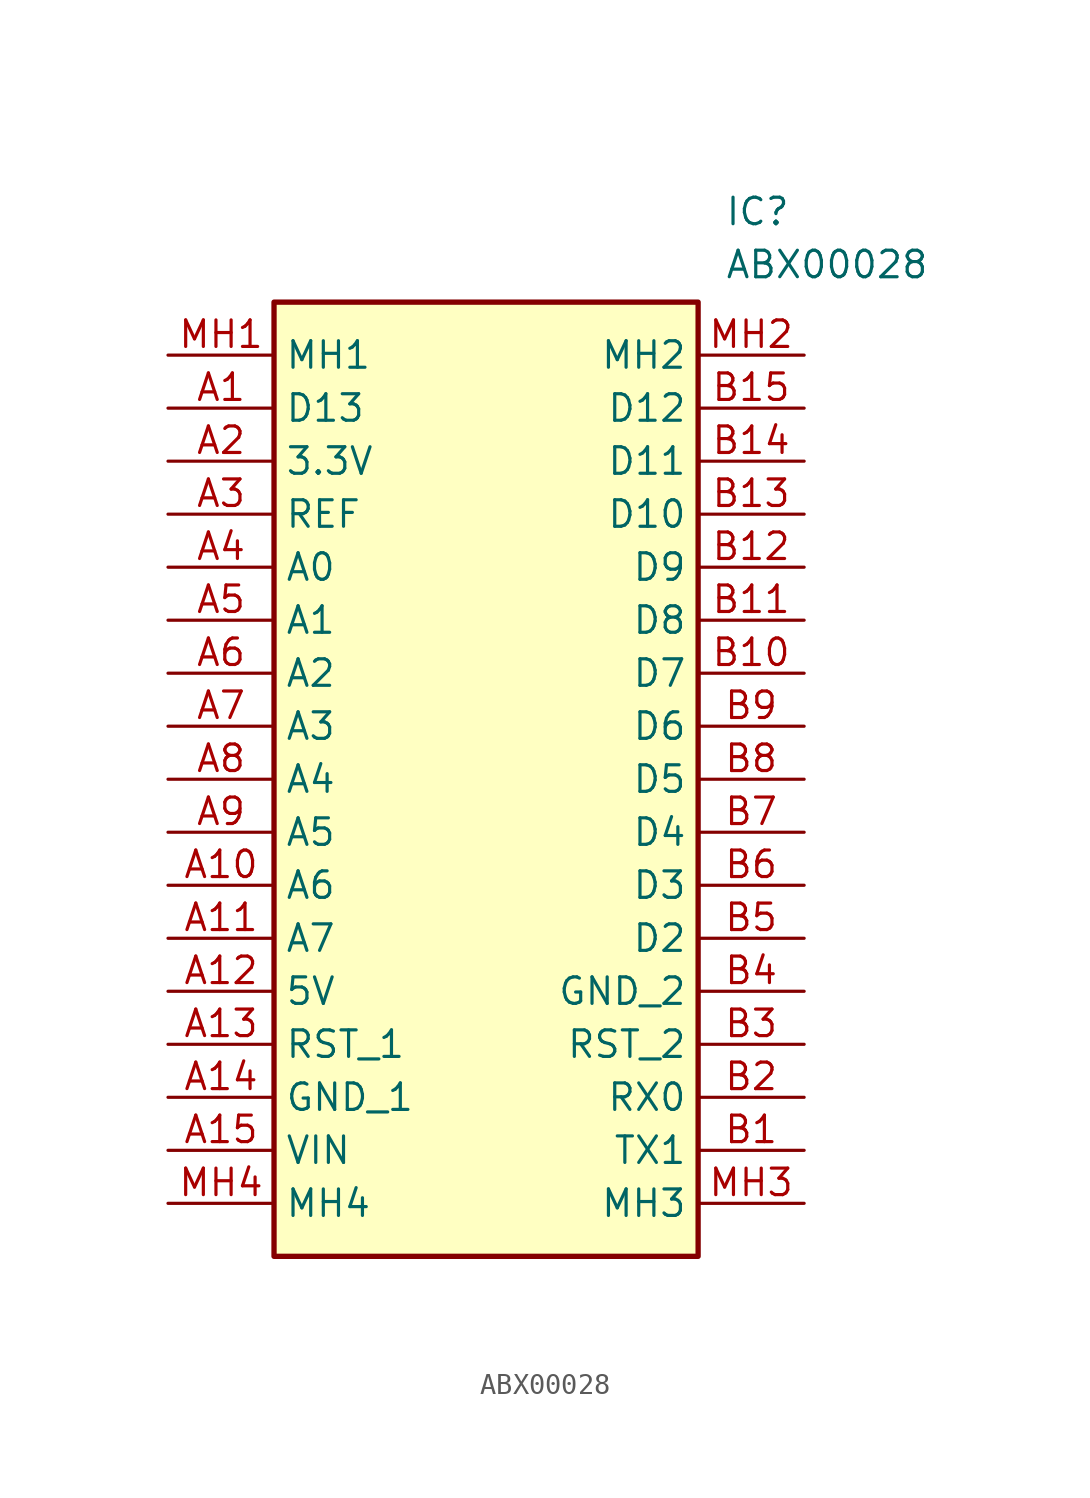
<source format=kicad_sym>
(kicad_symbol_lib
  (version 20220914)
  (generator kicad_symbol_editor)
  (symbol "ABX00028"
    (property "Reference" "IC"
      (at 10.922 26.924 0)
      (effects (font (size 1.27 1.27)) (justify left top)))
    (property "Value" "ABX00028"
      (at 10.922 24.384 0)
      (effects (font (size 1.27 1.27)) (justify left top)))
    (symbol "ABX00028_1_1"
      (rectangle (start -10.668 21.844) (end 9.652 -23.876) (stroke (width 0.254) (type default)) (fill (type background)))
      (pin passive line (at -15.748 16.764 0) (length 5.08) (name "D13" (effects (font (size 1.27 1.27)))) (number "A1" (effects (font (size 1.27 1.27)))))
      (pin passive line (at -15.748 -6.096 0) (length 5.08) (name "A6" (effects (font (size 1.27 1.27)))) (number "A10" (effects (font (size 1.27 1.27)))))
      (pin passive line (at -15.748 -8.636 0) (length 5.08) (name "A7" (effects (font (size 1.27 1.27)))) (number "A11" (effects (font (size 1.27 1.27)))))
      (pin passive line (at -15.748 -11.176 0) (length 5.08) (name "5V" (effects (font (size 1.27 1.27)))) (number "A12" (effects (font (size 1.27 1.27)))))
      (pin passive line (at -15.748 -13.716 0) (length 5.08) (name "RST_1" (effects (font (size 1.27 1.27)))) (number "A13" (effects (font (size 1.27 1.27)))))
      (pin passive line (at -15.748 -16.256 0) (length 5.08) (name "GND_1" (effects (font (size 1.27 1.27)))) (number "A14" (effects (font (size 1.27 1.27)))))
      (pin passive line (at -15.748 -18.796 0) (length 5.08) (name "VIN" (effects (font (size 1.27 1.27)))) (number "A15" (effects (font (size 1.27 1.27)))))
      (pin passive line (at -15.748 14.224 0) (length 5.08) (name "3.3V" (effects (font (size 1.27 1.27)))) (number "A2" (effects (font (size 1.27 1.27)))))
      (pin passive line (at -15.748 11.684 0) (length 5.08) (name "REF" (effects (font (size 1.27 1.27)))) (number "A3" (effects (font (size 1.27 1.27)))))
      (pin passive line (at -15.748 9.144 0) (length 5.08) (name "A0" (effects (font (size 1.27 1.27)))) (number "A4" (effects (font (size 1.27 1.27)))))
      (pin passive line (at -15.748 6.604 0) (length 5.08) (name "A1" (effects (font (size 1.27 1.27)))) (number "A5" (effects (font (size 1.27 1.27)))))
      (pin passive line (at -15.748 4.064 0) (length 5.08) (name "A2" (effects (font (size 1.27 1.27)))) (number "A6" (effects (font (size 1.27 1.27)))))
      (pin passive line (at -15.748 1.524 0) (length 5.08) (name "A3" (effects (font (size 1.27 1.27)))) (number "A7" (effects (font (size 1.27 1.27)))))
      (pin passive line (at -15.748 -1.016 0) (length 5.08) (name "A4" (effects (font (size 1.27 1.27)))) (number "A8" (effects (font (size 1.27 1.27)))))
      (pin passive line (at -15.748 -3.556 0) (length 5.08) (name "A5" (effects (font (size 1.27 1.27)))) (number "A9" (effects (font (size 1.27 1.27)))))
      (pin passive line (at 14.732 -18.796 180) (length 5.08) (name "TX1" (effects (font (size 1.27 1.27)))) (number "B1" (effects (font (size 1.27 1.27)))))
      (pin passive line (at 14.732 4.064 180) (length 5.08) (name "D7" (effects (font (size 1.27 1.27)))) (number "B10" (effects (font (size 1.27 1.27)))))
      (pin passive line (at 14.732 6.604 180) (length 5.08) (name "D8" (effects (font (size 1.27 1.27)))) (number "B11" (effects (font (size 1.27 1.27)))))
      (pin passive line (at 14.732 9.144 180) (length 5.08) (name "D9" (effects (font (size 1.27 1.27)))) (number "B12" (effects (font (size 1.27 1.27)))))
      (pin passive line (at 14.732 11.684 180) (length 5.08) (name "D10" (effects (font (size 1.27 1.27)))) (number "B13" (effects (font (size 1.27 1.27)))))
      (pin passive line (at 14.732 14.224 180) (length 5.08) (name "D11" (effects (font (size 1.27 1.27)))) (number "B14" (effects (font (size 1.27 1.27)))))
      (pin passive line (at 14.732 16.764 180) (length 5.08) (name "D12" (effects (font (size 1.27 1.27)))) (number "B15" (effects (font (size 1.27 1.27)))))
      (pin passive line (at 14.732 -16.256 180) (length 5.08) (name "RX0" (effects (font (size 1.27 1.27)))) (number "B2" (effects (font (size 1.27 1.27)))))
      (pin passive line (at 14.732 -13.716 180) (length 5.08) (name "RST_2" (effects (font (size 1.27 1.27)))) (number "B3" (effects (font (size 1.27 1.27)))))
      (pin passive line (at 14.732 -11.176 180) (length 5.08) (name "GND_2" (effects (font (size 1.27 1.27)))) (number "B4" (effects (font (size 1.27 1.27)))))
      (pin passive line (at 14.732 -8.636 180) (length 5.08) (name "D2" (effects (font (size 1.27 1.27)))) (number "B5" (effects (font (size 1.27 1.27)))))
      (pin passive line (at 14.732 -6.096 180) (length 5.08) (name "D3" (effects (font (size 1.27 1.27)))) (number "B6" (effects (font (size 1.27 1.27)))))
      (pin passive line (at 14.732 -3.556 180) (length 5.08) (name "D4" (effects (font (size 1.27 1.27)))) (number "B7" (effects (font (size 1.27 1.27)))))
      (pin passive line (at 14.732 -1.016 180) (length 5.08) (name "D5" (effects (font (size 1.27 1.27)))) (number "B8" (effects (font (size 1.27 1.27)))))
      (pin passive line (at 14.732 1.524 180) (length 5.08) (name "D6" (effects (font (size 1.27 1.27)))) (number "B9" (effects (font (size 1.27 1.27)))))
      (pin passive line (at -15.748 19.304 0) (length 5.08) (name "MH1" (effects (font (size 1.27 1.27)))) (number "MH1" (effects (font (size 1.27 1.27)))))
      (pin passive line (at 14.732 19.304 180) (length 5.08) (name "MH2" (effects (font (size 1.27 1.27)))) (number "MH2" (effects (font (size 1.27 1.27)))))
      (pin passive line (at 14.732 -21.336 180) (length 5.08) (name "MH3" (effects (font (size 1.27 1.27)))) (number "MH3" (effects (font (size 1.27 1.27)))))
      (pin passive line (at -15.748 -21.336 0) (length 5.08) (name "MH4" (effects (font (size 1.27 1.27)))) (number "MH4" (effects (font (size 1.27 1.27))))))))
</source>
